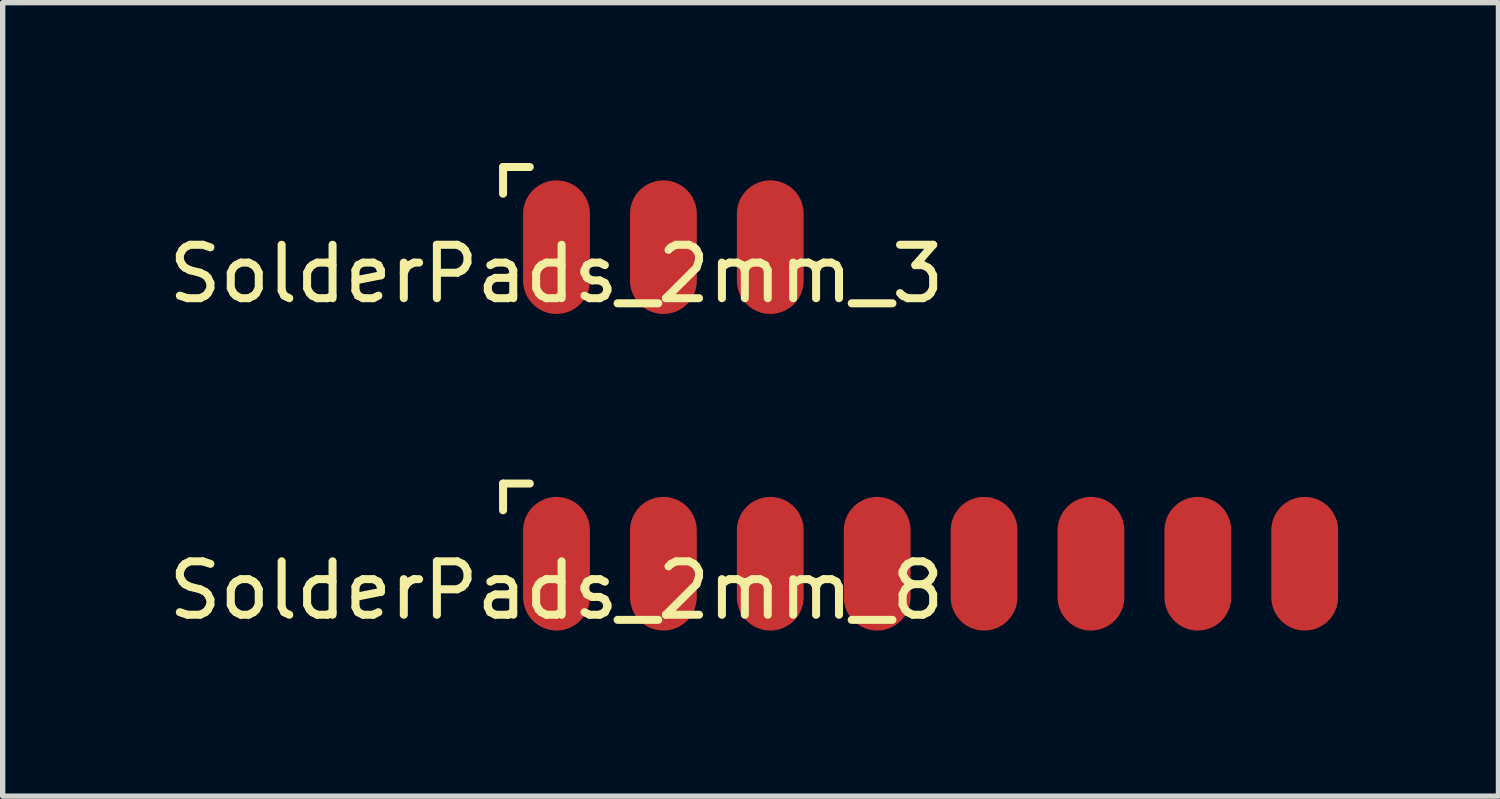
<source format=kicad_pcb>
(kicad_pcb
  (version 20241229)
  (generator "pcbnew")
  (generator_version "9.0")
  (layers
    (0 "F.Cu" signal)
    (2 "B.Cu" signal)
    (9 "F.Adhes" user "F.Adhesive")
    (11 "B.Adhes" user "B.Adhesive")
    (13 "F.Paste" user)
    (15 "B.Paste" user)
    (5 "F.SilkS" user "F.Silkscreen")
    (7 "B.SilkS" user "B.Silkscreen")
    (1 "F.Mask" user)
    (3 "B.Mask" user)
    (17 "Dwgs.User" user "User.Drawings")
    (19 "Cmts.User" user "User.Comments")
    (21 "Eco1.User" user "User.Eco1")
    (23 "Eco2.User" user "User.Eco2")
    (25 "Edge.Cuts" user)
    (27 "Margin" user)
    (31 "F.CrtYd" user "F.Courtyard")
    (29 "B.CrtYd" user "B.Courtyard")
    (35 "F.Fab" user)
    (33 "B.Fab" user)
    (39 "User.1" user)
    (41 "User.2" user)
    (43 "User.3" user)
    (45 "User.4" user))
  (footprint "SolderPads_2mm_8"
    (layer "F.Cu")
    (at 7.363 7.498)
    (property "Reference" "SolderPads_2mm_8" (at 0 0.5 0) (layer "F.SilkS") (effects (font (size 1 1) (thickness 0.15))))
    (attr through_hole)
    (fp_line (start -1 -1.5) (end -1 -1) (stroke (width 0.15) (type solid)) (layer "F.SilkS"))
    (fp_line (start -0.5 -1.5) (end -1 -1.5) (stroke (width 0.15) (type solid)) (layer "F.SilkS"))
    (pad "1" smd oval (at 0 0) (size 1.25 2.5) (layers "F.Cu" "F.Mask"))
    (pad "2" smd oval (at 2 0) (size 1.25 2.5) (layers "F.Cu" "F.Mask"))
    (pad "3" smd oval (at 4 0) (size 1.25 2.5) (layers "F.Cu" "F.Mask"))
    (pad "4" smd oval (at 6 0) (size 1.25 2.5) (layers "F.Cu" "F.Mask"))
    (pad "5" smd oval (at 8 0) (size 1.25 2.5) (layers "F.Cu" "F.Mask"))
    (pad "6" smd oval (at 10 0) (size 1.25 2.5) (layers "F.Cu" "F.Mask"))
    (pad "7" smd oval (at 12 0) (size 1.25 2.5) (layers "F.Cu" "F.Mask"))
    (pad "8" smd oval (at 14 0) (size 1.25 2.5) (layers "F.Cu" "F.Mask")))
  (footprint "SolderPads_2mm_3"
    (layer "F.Cu")
    (at 7.363 1.575)
    (property "Reference" "SolderPads_2mm_3" (at 0 0.5 0) (layer "F.SilkS") (effects (font (size 1 1) (thickness 0.15))))
    (attr through_hole)
    (fp_line (start -1 -1.5) (end -1 -1) (stroke (width 0.15) (type solid)) (layer "F.SilkS"))
    (fp_line (start -0.5 -1.5) (end -1 -1.5) (stroke (width 0.15) (type solid)) (layer "F.SilkS"))
    (pad "1" smd oval (at 0 0) (size 1.25 2.5) (layers "F.Cu" "F.Mask"))
    (pad "2" smd oval (at 2 0) (size 1.25 2.5) (layers "F.Cu" "F.Mask"))
    (pad "3" smd oval (at 4 0) (size 1.25 2.5) (layers "F.Cu" "F.Mask")))
  (gr_rect
    (start -3 -3)
    (end 24.988 11.847)
    (stroke (width 0.1) (type default))
    (fill no)
    (layer "Edge.Cuts")))
</source>
